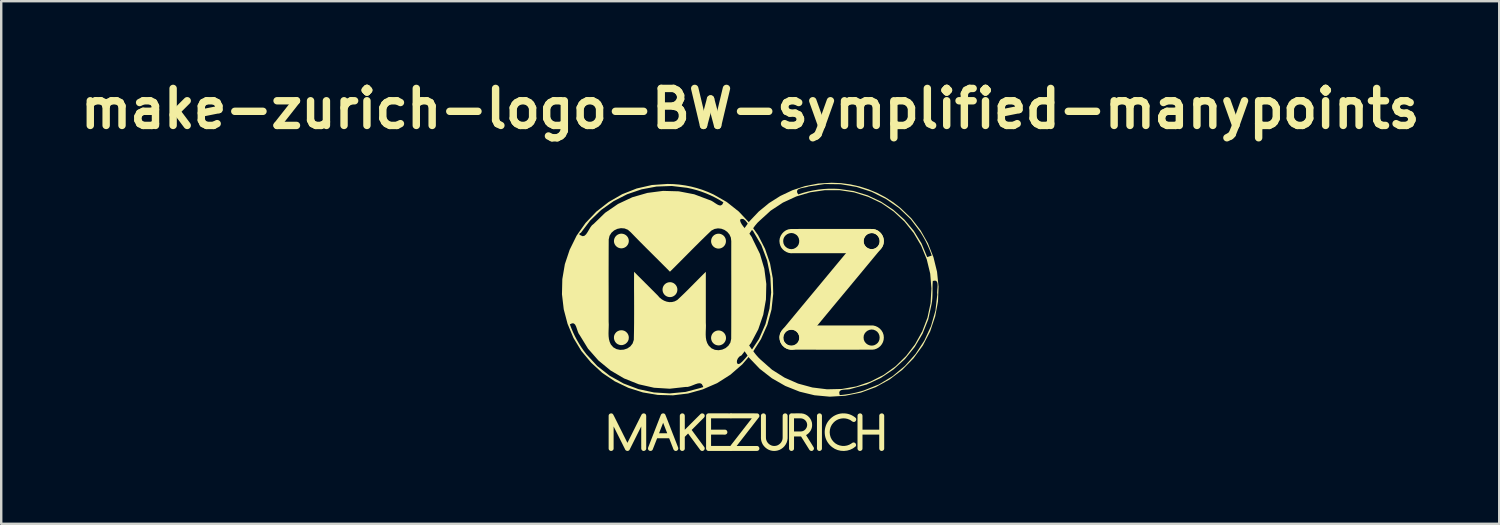
<source format=kicad_pcb>
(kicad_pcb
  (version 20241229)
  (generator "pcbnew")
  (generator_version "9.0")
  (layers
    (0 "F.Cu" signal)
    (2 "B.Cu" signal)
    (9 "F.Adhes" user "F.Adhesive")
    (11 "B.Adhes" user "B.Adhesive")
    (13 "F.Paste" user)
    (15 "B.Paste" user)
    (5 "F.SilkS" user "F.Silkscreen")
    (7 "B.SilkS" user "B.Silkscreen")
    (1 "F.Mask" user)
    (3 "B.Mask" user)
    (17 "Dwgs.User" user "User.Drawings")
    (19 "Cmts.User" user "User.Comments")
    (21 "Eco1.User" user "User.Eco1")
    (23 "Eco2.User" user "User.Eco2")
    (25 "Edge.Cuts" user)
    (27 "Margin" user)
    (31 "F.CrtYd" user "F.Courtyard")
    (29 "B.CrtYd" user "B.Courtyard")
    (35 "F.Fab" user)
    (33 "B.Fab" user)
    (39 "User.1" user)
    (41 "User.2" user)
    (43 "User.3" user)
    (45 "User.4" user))
  (footprint "make-zurich-logo-BW-symplified-manypoints"
    (layer "F.Cu")
    (at 27.846 9.998)
    (property "Reference" "make-zurich-logo-BW-symplified-manypoints" (at 0 -8.572 0) (layer "F.SilkS") (effects (font (size 1.524 1.524) (thickness 0.305))))
    (attr smd)
    (fp_poly (pts (xy -5.001 0.858) (xy -5.008 0.93) (xy -5.033 0.997) (xy -5.074 1.055) (xy -5.126 1.104) (xy -5.188 1.139) (xy -5.256 1.161) (xy -5.327 1.165) (xy -5.398 1.151) (xy -5.465 1.122) (xy -5.521 1.079) (xy -5.565 1.023) (xy -5.596 0.958) (xy -5.612 0.889) (xy -5.612 0.817) (xy -5.596 0.748) (xy -5.561 0.684) (xy -5.514 0.629) (xy -5.455 0.588) (xy -5.389 0.562) (xy -5.318 0.552) (xy -5.247 0.557) (xy -5.179 0.578) (xy -5.118 0.615) (xy -5.067 0.667) (xy -5.052 0.688) (xy -5.039 0.71) (xy -5.027 0.733) (xy -5.018 0.757) (xy -5.01 0.781) (xy -5.005 0.806) (xy -5.002 0.832) (xy -5.001 0.858) (xy -5.001 0.858)) (stroke (width 0) (type solid)) (fill yes) (layer "F.SilkS"))
    (fp_poly (pts (xy -5.088 -3.335) (xy -5.122 -3.364) (xy -5.159 -3.388) (xy -5.2 -3.406) (xy -5.242 -3.418) (xy -5.286 -3.424) (xy -5.33 -3.424) (xy -5.374 -3.417) (xy -5.416 -3.404) (xy -5.457 -3.385) (xy -5.493 -3.361) (xy -5.526 -3.331) (xy -5.555 -3.297) (xy -5.578 -3.259) (xy -5.596 -3.218) (xy -5.607 -3.175) (xy -5.612 -3.131) (xy -5.61 -3.079) (xy -5.597 -3.028) (xy -5.576 -2.981) (xy -5.548 -2.938) (xy -5.512 -2.9) (xy -5.47 -2.868) (xy -5.424 -2.844) (xy -5.374 -2.829) (xy -5.331 -2.822) (xy -5.287 -2.822) (xy -5.243 -2.828) (xy -5.201 -2.841) (xy -5.161 -2.859) (xy -5.124 -2.882) (xy -5.09 -2.911) (xy -5.062 -2.945) (xy -5.039 -2.979) (xy -5.021 -3.017) (xy -5.009 -3.056) (xy -5.002 -3.097) (xy -5.001 -3.139) (xy -5.006 -3.18) (xy -5.016 -3.22) (xy -5.033 -3.258) (xy -5.038 -3.268) (xy -5.044 -3.279) (xy -5.051 -3.289) (xy -5.058 -3.299) (xy -5.065 -3.308) (xy -5.072 -3.317) (xy -5.08 -3.326) (xy -5.088 -3.335) (xy -5.088 -3.335)) (stroke (width 0) (type solid)) (fill yes) (layer "F.SilkS"))
    (fp_poly (pts (xy -3.307 -1.426) (xy -3.352 -1.423) (xy -3.395 -1.413) (xy -3.437 -1.397) (xy -3.476 -1.375) (xy -3.511 -1.347) (xy -3.542 -1.315) (xy -3.568 -1.279) (xy -3.588 -1.239) (xy -3.602 -1.196) (xy -3.61 -1.152) (xy -3.611 -1.107) (xy -3.606 -1.062) (xy -3.595 -1.019) (xy -3.577 -0.978) (xy -3.554 -0.94) (xy -3.525 -0.905) (xy -3.492 -0.876) (xy -3.456 -0.852) (xy -3.417 -0.834) (xy -3.375 -0.821) (xy -3.332 -0.814) (xy -3.288 -0.813) (xy -3.245 -0.819) (xy -3.203 -0.831) (xy -3.163 -0.849) (xy -3.126 -0.872) (xy -3.092 -0.901) (xy -3.063 -0.934) (xy -3.039 -0.971) (xy -3.02 -1.011) (xy -3.008 -1.053) (xy -3.002 -1.097) (xy -3.001 -1.14) (xy -3.007 -1.183) (xy -3.019 -1.224) (xy -3.036 -1.263) (xy -3.059 -1.299) (xy -3.086 -1.332) (xy -3.118 -1.361) (xy -3.153 -1.385) (xy -3.171 -1.395) (xy -3.189 -1.403) (xy -3.208 -1.41) (xy -3.227 -1.416) (xy -3.247 -1.421) (xy -3.267 -1.424) (xy -3.287 -1.426) (xy -3.307 -1.426) (xy -3.307 -1.426)) (stroke (width 0) (type solid)) (fill yes) (layer "F.SilkS"))
    (fp_poly (pts (xy -1.394 -2.825) (xy -1.351 -2.814) (xy -1.307 -2.811) (xy -1.263 -2.814) (xy -1.22 -2.823) (xy -1.179 -2.839) (xy -1.14 -2.86) (xy -1.105 -2.886) (xy -1.074 -2.918) (xy -1.046 -2.955) (xy -1.025 -2.996) (xy -1.01 -3.04) (xy -1.002 -3.085) (xy -1.001 -3.131) (xy -1.006 -3.177) (xy -1.018 -3.222) (xy -1.037 -3.264) (xy -1.049 -3.284) (xy -1.063 -3.304) (xy -1.078 -3.322) (xy -1.095 -3.34) (xy -1.113 -3.355) (xy -1.132 -3.37) (xy -1.152 -3.382) (xy -1.173 -3.393) (xy -1.216 -3.411) (xy -1.262 -3.421) (xy -1.308 -3.424) (xy -1.355 -3.42) (xy -1.4 -3.409) (xy -1.444 -3.391) (xy -1.484 -3.367) (xy -1.519 -3.337) (xy -1.55 -3.303) (xy -1.574 -3.265) (xy -1.593 -3.223) (xy -1.605 -3.18) (xy -1.611 -3.135) (xy -1.611 -3.089) (xy -1.604 -3.045) (xy -1.589 -3.001) (xy -1.575 -2.971) (xy -1.557 -2.942) (xy -1.535 -2.915) (xy -1.512 -2.891) (xy -1.485 -2.87) (xy -1.457 -2.852) (xy -1.426 -2.836) (xy -1.394 -2.825) (xy -1.394 -2.825)) (stroke (width 0) (type solid)) (fill yes) (layer "F.SilkS"))
    (fp_poly (pts (xy -1.305 0.562) (xy -1.35 0.565) (xy -1.394 0.575) (xy -1.437 0.592) (xy -1.476 0.614) (xy -1.512 0.642) (xy -1.543 0.675) (xy -1.569 0.712) (xy -1.589 0.753) (xy -1.603 0.795) (xy -1.611 0.839) (xy -1.612 0.884) (xy -1.606 0.928) (xy -1.594 0.971) (xy -1.577 1.012) (xy -1.554 1.049) (xy -1.525 1.083) (xy -1.492 1.113) (xy -1.455 1.137) (xy -1.415 1.156) (xy -1.373 1.168) (xy -1.329 1.175) (xy -1.286 1.176) (xy -1.242 1.17) (xy -1.2 1.157) (xy -1.158 1.139) (xy -1.12 1.114) (xy -1.086 1.084) (xy -1.057 1.049) (xy -1.033 1.011) (xy -1.015 0.97) (xy -1.003 0.926) (xy -0.998 0.881) (xy -1 0.836) (xy -1.008 0.791) (xy -1.023 0.749) (xy -1.043 0.709) (xy -1.07 0.672) (xy -1.101 0.64) (xy -1.136 0.612) (xy -1.175 0.591) (xy -1.191 0.584) (xy -1.206 0.578) (xy -1.222 0.573) (xy -1.239 0.569) (xy -1.255 0.566) (xy -1.272 0.564) (xy -1.288 0.562) (xy -1.305 0.562) (xy -1.305 0.562)) (stroke (width 0) (type solid)) (fill yes) (layer "F.SilkS"))
    (fp_poly (pts (xy 2.953 5.42) (xy 2.951 5.447) (xy 2.94 5.471) (xy 2.924 5.492) (xy 2.903 5.508) (xy 2.879 5.518) (xy 2.854 5.523) (xy 2.828 5.521) (xy 2.803 5.511) (xy 2.787 5.501) (xy 2.774 5.489) (xy 2.764 5.475) (xy 2.757 5.459) (xy 2.752 5.442) (xy 2.749 5.425) (xy 2.748 5.407) (xy 2.748 5.389) (xy 2.749 5.224) (xy 2.748 5.059) (xy 2.748 4.893) (xy 2.748 4.728) (xy 2.748 4.563) (xy 2.748 4.398) (xy 2.749 4.233) (xy 2.749 4.067) (xy 2.754 4.041) (xy 2.767 4.018) (xy 2.785 3.999) (xy 2.807 3.986) (xy 2.832 3.977) (xy 2.858 3.975) (xy 2.884 3.98) (xy 2.907 3.992) (xy 2.922 4.003) (xy 2.934 4.016) (xy 2.942 4.031) (xy 2.948 4.048) (xy 2.952 4.065) (xy 2.954 4.083) (xy 2.954 4.101) (xy 2.953 4.118) (xy 2.953 4.281) (xy 2.953 4.444) (xy 2.953 4.607) (xy 2.953 4.769) (xy 2.953 4.932) (xy 2.953 5.095) (xy 2.953 5.257) (xy 2.953 5.42) (xy 2.953 5.42) (xy 2.953 5.42) (xy 2.953 5.42) (xy 2.953 5.42) (xy 2.953 5.42) (xy 2.953 5.42) (xy 2.953 5.42)) (stroke (width 0) (type solid)) (fill yes) (layer "F.SilkS"))
    (fp_poly (pts (xy -0.769 3.975) (xy -0.638 3.975) (xy -0.506 3.975) (xy -0.374 3.975) (xy -0.242 3.975) (xy -0.11 3.975) (xy 0.022 3.975) (xy 0.154 3.975) (xy 0.286 3.976) (xy 0.314 3.982) (xy 0.338 3.996) (xy 0.357 4.016) (xy 0.37 4.041) (xy 0.377 4.069) (xy 0.376 4.097) (xy 0.368 4.123) (xy 0.351 4.147) (xy 0.237 4.293) (xy 0.123 4.44) (xy 0.009 4.586) (xy -0.105 4.732) (xy -0.218 4.879) (xy -0.332 5.025) (xy -0.446 5.171) (xy -0.56 5.318) (xy -0.454 5.318) (xy -0.348 5.318) (xy -0.243 5.318) (xy -0.137 5.318) (xy -0.031 5.318) (xy 0.074 5.318) (xy 0.18 5.318) (xy 0.286 5.318) (xy 0.314 5.325) (xy 0.339 5.34) (xy 0.358 5.361) (xy 0.371 5.387) (xy 0.377 5.415) (xy 0.376 5.443) (xy 0.366 5.47) (xy 0.348 5.493) (xy 0.33 5.507) (xy 0.31 5.516) (xy 0.289 5.521) (xy 0.267 5.523) (xy 0.244 5.523) (xy 0.221 5.522) (xy 0.199 5.522) (xy 0.177 5.523) (xy 0.057 5.523) (xy -0.063 5.523) (xy -0.182 5.523) (xy -0.302 5.523) (xy -0.422 5.523) (xy -0.541 5.523) (xy -0.661 5.522) (xy -0.781 5.522) (xy -0.809 5.516) (xy -0.833 5.502) (xy -0.852 5.481) (xy -0.865 5.456) (xy -0.871 5.429) (xy -0.871 5.401) (xy -0.862 5.374) (xy -0.846 5.35) (xy -0.732 5.204) (xy -0.618 5.058) (xy -0.504 4.911) (xy -0.39 4.765) (xy -0.277 4.619) (xy -0.163 4.473) (xy -0.049 4.327) (xy 0.065 4.18) (xy -0.041 4.18) (xy -0.146 4.18) (xy -0.252 4.18) (xy -0.358 4.18) (xy -0.463 4.18) (xy -0.569 4.18) (xy -0.674 4.18) (xy -0.78 4.18) (xy -0.809 4.173) (xy -0.833 4.158) (xy -0.853 4.137) (xy -0.866 4.112) (xy -0.872 4.084) (xy -0.87 4.055) (xy -0.861 4.028) (xy -0.842 4.005) (xy -0.834 3.998) (xy -0.826 3.992) (xy -0.818 3.987) (xy -0.809 3.983) (xy -0.799 3.98) (xy -0.789 3.977) (xy -0.78 3.976) (xy -0.769 3.975) (xy -0.769 3.975)) (stroke (width 0) (type solid)) (fill yes) (layer "F.SilkS"))
    (fp_poly (pts (xy 4.257 5.174) (xy 4.287 5.178) (xy 4.313 5.19) (xy 4.334 5.21) (xy 4.349 5.234) (xy 4.358 5.261) (xy 4.359 5.29) (xy 4.352 5.317) (xy 4.335 5.342) (xy 4.23 5.418) (xy 4.113 5.474) (xy 3.989 5.509) (xy 3.859 5.523) (xy 3.73 5.516) (xy 3.603 5.487) (xy 3.484 5.438) (xy 3.374 5.367) (xy 3.31 5.313) (xy 3.252 5.252) (xy 3.2 5.184) (xy 3.156 5.112) (xy 3.12 5.036) (xy 3.093 4.956) (xy 3.076 4.873) (xy 3.068 4.789) (xy 3.068 4.708) (xy 3.076 4.627) (xy 3.093 4.548) (xy 3.117 4.471) (xy 3.15 4.397) (xy 3.191 4.327) (xy 3.239 4.262) (xy 3.294 4.202) (xy 3.354 4.147) (xy 3.419 4.099) (xy 3.49 4.058) (xy 3.564 4.025) (xy 3.641 4) (xy 3.721 3.983) (xy 3.802 3.975) (xy 3.884 3.976) (xy 3.947 3.982) (xy 4.009 3.993) (xy 4.07 4.009) (xy 4.13 4.031) (xy 4.187 4.057) (xy 4.242 4.088) (xy 4.295 4.123) (xy 4.344 4.163) (xy 4.359 4.188) (xy 4.365 4.216) (xy 4.363 4.244) (xy 4.354 4.271) (xy 4.338 4.295) (xy 4.317 4.314) (xy 4.292 4.326) (xy 4.262 4.329) (xy 4.237 4.324) (xy 4.214 4.314) (xy 4.192 4.302) (xy 4.171 4.287) (xy 4.15 4.271) (xy 4.129 4.256) (xy 4.107 4.243) (xy 4.083 4.233) (xy 4 4.201) (xy 3.913 4.184) (xy 3.824 4.18) (xy 3.735 4.19) (xy 3.649 4.212) (xy 3.568 4.248) (xy 3.493 4.297) (xy 3.428 4.358) (xy 3.36 4.442) (xy 3.311 4.538) (xy 3.282 4.642) (xy 3.272 4.749) (xy 3.282 4.857) (xy 3.311 4.96) (xy 3.36 5.056) (xy 3.428 5.141) (xy 3.503 5.209) (xy 3.59 5.261) (xy 3.684 5.296) (xy 3.784 5.315) (xy 3.885 5.316) (xy 3.985 5.3) (xy 4.08 5.266) (xy 4.168 5.215) (xy 4.178 5.207) (xy 4.188 5.199) (xy 4.198 5.193) (xy 4.209 5.186) (xy 4.22 5.181) (xy 4.232 5.177) (xy 4.244 5.175) (xy 4.257 5.174) (xy 4.257 5.174)) (stroke (width 0) (type solid)) (fill yes) (layer "F.SilkS"))
    (fp_poly (pts (xy 5.355 -3.472) (xy 4.969 -3.448) (xy 5.064 -3.446) (xy 5.151 -3.415) (xy 5.225 -3.36) (xy 5.282 -3.287) (xy 5.319 -3.203) (xy 5.333 -3.112) (xy 5.32 -3.021) (xy 5.277 -2.935) (xy 5.23 -2.877) (xy 5.172 -2.833) (xy 5.105 -2.804) (xy 5.034 -2.789) (xy 4.961 -2.789) (xy 4.89 -2.804) (xy 4.824 -2.836) (xy 4.766 -2.883) (xy 4.706 -2.959) (xy 4.675 -3.046) (xy 4.671 -3.138) (xy 4.691 -3.229) (xy 4.733 -3.312) (xy 4.795 -3.38) (xy 4.874 -3.428) (xy 4.969 -3.448) (xy 5.355 -3.472) (xy 5.268 -3.545) (xy 5.168 -3.592) (xy 5.061 -3.615) (xy 4.95 -3.614) (xy 1.426 0.671) (xy 1.488 0.602) (xy 1.567 0.555) (xy 1.662 0.534) (xy 1.758 0.536) (xy 1.844 0.568) (xy 1.918 0.622) (xy 1.975 0.695) (xy 2.012 0.78) (xy 2.026 0.87) (xy 2.014 0.961) (xy 1.97 1.047) (xy 1.923 1.105) (xy 1.865 1.149) (xy 1.798 1.179) (xy 1.727 1.194) (xy 1.654 1.194) (xy 1.583 1.178) (xy 1.517 1.147) (xy 1.459 1.099) (xy 1.399 1.023) (xy 1.368 0.936) (xy 1.364 0.844) (xy 1.384 0.754) (xy 1.426 0.671) (xy 4.95 -3.614) (xy 4.842 -3.59) (xy 4.742 -3.545) (xy 4.653 -3.478) (xy 4.582 -3.392) (xy 4.17 -2.895) (xy 3.758 -2.399) (xy 3.346 -1.903) (xy 2.934 -1.406) (xy 2.522 -0.91) (xy 2.11 -0.414) (xy 1.698 0.083) (xy 1.287 0.58) (xy 1.227 0.696) (xy 1.204 0.821) (xy 1.215 0.948) (xy 1.256 1.068) (xy 1.324 1.176) (xy 1.416 1.264) (xy 1.527 1.325) (xy 1.656 1.351) (xy 1.737 1.355) (xy 1.813 1.344) (xy 1.885 1.319) (xy 1.953 1.283) (xy 2.016 1.238) (xy 2.074 1.186) (xy 2.127 1.127) (xy 2.174 1.066) (xy 2.58 0.577) (xy 2.986 0.088) (xy 3.391 -0.401) (xy 3.797 -0.889) (xy 4.203 -1.378) (xy 4.609 -1.867) (xy 5.014 -2.356) (xy 5.419 -2.845) (xy 5.461 -2.92) (xy 5.488 -3.001) (xy 5.5 -3.085) (xy 5.499 -3.17) (xy 5.483 -3.254) (xy 5.454 -3.333) (xy 5.411 -3.407) (xy 5.355 -3.472)) (stroke (width 0) (type solid)) (fill yes) (layer "F.SilkS"))
    (fp_poly (pts (xy 5.502 0.854) (xy 5.492 0.75) (xy 5.158 0.563) (xy 5.229 0.612) (xy 5.281 0.678) (xy 5.315 0.755) (xy 5.329 0.838) (xy 5.323 0.923) (xy 5.297 1.003) (xy 5.251 1.073) (xy 5.185 1.129) (xy 5.102 1.171) (xy 5.014 1.186) (xy 4.927 1.177) (xy 4.845 1.146) (xy 4.773 1.095) (xy 4.716 1.028) (xy 4.679 0.947) (xy 4.668 0.854) (xy 4.668 0.854) (xy 4.677 0.767) (xy 4.711 0.689) (xy 4.763 0.623) (xy 4.831 0.571) (xy 4.909 0.536) (xy 4.992 0.522) (xy 5.077 0.53) (xy 5.158 0.563) (xy 5.492 0.75) (xy 5.46 0.652) (xy 5.408 0.564) (xy 5.339 0.487) (xy 1.682 0.522) (xy 1.766 0.53) (xy 1.847 0.563) (xy 1.919 0.612) (xy 1.971 0.678) (xy 2.004 0.755) (xy 2.018 0.838) (xy 2.012 0.923) (xy 1.987 1.003) (xy 1.941 1.073) (xy 1.874 1.129) (xy 1.792 1.171) (xy 1.704 1.186) (xy 1.616 1.177) (xy 1.534 1.146) (xy 1.462 1.095) (xy 1.405 1.028) (xy 1.369 0.947) (xy 1.357 0.854) (xy 1.367 0.767) (xy 1.4 0.689) (xy 1.453 0.623) (xy 1.52 0.571) (xy 1.598 0.536) (xy 1.682 0.522) (xy 5.339 0.487) (xy 5.256 0.425) (xy 5.163 0.381) (xy 5.062 0.356) (xy 4.958 0.355) (xy 4.548 0.355) (xy 4.138 0.355) (xy 3.728 0.355) (xy 3.318 0.355) (xy 2.908 0.355) (xy 2.498 0.355) (xy 2.088 0.355) (xy 1.678 0.355) (xy 1.57 0.371) (xy 1.471 0.411) (xy 1.383 0.472) (xy 1.31 0.55) (xy 1.253 0.641) (xy 1.216 0.741) (xy 1.202 0.847) (xy 1.214 0.955) (xy 1.241 1.045) (xy 1.284 1.127) (xy 1.343 1.199) (xy 1.413 1.259) (xy 1.493 1.306) (xy 1.58 1.338) (xy 1.672 1.355) (xy 1.765 1.353) (xy 2.173 1.353) (xy 2.581 1.353) (xy 2.989 1.354) (xy 3.397 1.354) (xy 3.804 1.354) (xy 4.212 1.354) (xy 4.62 1.353) (xy 5.028 1.353) (xy 5.123 1.34) (xy 5.212 1.308) (xy 5.293 1.26) (xy 5.364 1.198) (xy 5.422 1.124) (xy 5.466 1.04) (xy 5.493 0.95) (xy 5.502 0.854) (xy 5.502 0.854)) (stroke (width 0) (type solid)) (fill yes) (layer "F.SilkS"))
    (fp_poly (pts (xy 5.502 -3.119) (xy 5.492 -3.224) (xy 5.158 -3.411) (xy 5.229 -3.362) (xy 5.281 -3.296) (xy 5.315 -3.219) (xy 5.329 -3.135) (xy 5.323 -3.051) (xy 5.297 -2.971) (xy 5.251 -2.901) (xy 5.185 -2.845) (xy 5.102 -2.802) (xy 5.015 -2.787) (xy 4.927 -2.797) (xy 4.845 -2.828) (xy 4.773 -2.879) (xy 4.716 -2.946) (xy 4.679 -3.027) (xy 4.668 -3.119) (xy 4.677 -3.206) (xy 4.711 -3.284) (xy 4.763 -3.351) (xy 4.831 -3.403) (xy 4.909 -3.437) (xy 4.992 -3.452) (xy 5.077 -3.444) (xy 5.158 -3.411) (xy 5.492 -3.224) (xy 5.46 -3.322) (xy 5.408 -3.41) (xy 5.339 -3.487) (xy 1.682 -3.452) (xy 1.766 -3.444) (xy 1.847 -3.411) (xy 1.919 -3.362) (xy 1.971 -3.296) (xy 2.004 -3.219) (xy 2.018 -3.135) (xy 2.012 -3.051) (xy 1.987 -2.971) (xy 1.941 -2.901) (xy 1.874 -2.845) (xy 1.792 -2.802) (xy 1.704 -2.787) (xy 1.617 -2.797) (xy 1.534 -2.828) (xy 1.462 -2.879) (xy 1.405 -2.946) (xy 1.369 -3.027) (xy 1.357 -3.119) (xy 1.357 -3.119) (xy 1.367 -3.206) (xy 1.4 -3.285) (xy 1.453 -3.351) (xy 1.52 -3.403) (xy 1.598 -3.437) (xy 1.682 -3.452) (xy 5.339 -3.487) (xy 5.256 -3.549) (xy 5.163 -3.593) (xy 5.062 -3.617) (xy 4.958 -3.619) (xy 4.548 -3.619) (xy 4.138 -3.619) (xy 3.728 -3.619) (xy 3.318 -3.619) (xy 2.908 -3.619) (xy 2.498 -3.619) (xy 2.088 -3.619) (xy 1.678 -3.618) (xy 1.57 -3.603) (xy 1.471 -3.563) (xy 1.383 -3.502) (xy 1.31 -3.424) (xy 1.253 -3.333) (xy 1.216 -3.233) (xy 1.202 -3.127) (xy 1.214 -3.019) (xy 1.241 -2.928) (xy 1.284 -2.846) (xy 1.343 -2.775) (xy 1.413 -2.715) (xy 1.493 -2.668) (xy 1.58 -2.635) (xy 1.672 -2.619) (xy 1.765 -2.62) (xy 2.173 -2.62) (xy 2.581 -2.62) (xy 2.989 -2.62) (xy 3.397 -2.62) (xy 3.804 -2.62) (xy 4.212 -2.62) (xy 4.62 -2.62) (xy 5.028 -2.621) (xy 5.123 -2.634) (xy 5.212 -2.666) (xy 5.293 -2.714) (xy 5.364 -2.776) (xy 5.422 -2.85) (xy 5.466 -2.933) (xy 5.493 -3.024) (xy 5.502 -3.119) (xy 5.502 -3.119) (xy 5.502 -3.119) (xy 5.502 -3.119)) (stroke (width 0) (type solid)) (fill yes) (layer "F.SilkS"))
    (fp_poly (pts (xy 0.646 4.078) (xy 0.646 4.193) (xy 0.646 4.308) (xy 0.646 4.423) (xy 0.646 4.538) (xy 0.646 4.653) (xy 0.646 4.769) (xy 0.646 4.884) (xy 0.647 4.999) (xy 0.658 5.064) (xy 0.681 5.124) (xy 0.716 5.18) (xy 0.76 5.228) (xy 0.812 5.267) (xy 0.87 5.296) (xy 0.933 5.314) (xy 0.999 5.318) (xy 1.066 5.31) (xy 1.129 5.289) (xy 1.187 5.255) (xy 1.238 5.211) (xy 1.28 5.159) (xy 1.311 5.1) (xy 1.33 5.036) (xy 1.335 4.969) (xy 1.335 4.856) (xy 1.335 4.743) (xy 1.335 4.631) (xy 1.335 4.518) (xy 1.335 4.405) (xy 1.335 4.293) (xy 1.335 4.18) (xy 1.336 4.067) (xy 1.342 4.038) (xy 1.357 4.014) (xy 1.378 3.995) (xy 1.404 3.982) (xy 1.432 3.976) (xy 1.46 3.977) (xy 1.487 3.987) (xy 1.51 4.005) (xy 1.525 4.023) (xy 1.534 4.043) (xy 1.539 4.064) (xy 1.541 4.086) (xy 1.541 4.109) (xy 1.54 4.132) (xy 1.54 4.155) (xy 1.54 4.177) (xy 1.54 4.281) (xy 1.54 4.385) (xy 1.54 4.489) (xy 1.54 4.593) (xy 1.54 4.697) (xy 1.54 4.802) (xy 1.54 4.906) (xy 1.539 5.01) (xy 1.526 5.096) (xy 1.5 5.179) (xy 1.46 5.256) (xy 1.409 5.327) (xy 1.348 5.389) (xy 1.278 5.44) (xy 1.201 5.481) (xy 1.118 5.507) (xy 1.045 5.52) (xy 0.972 5.523) (xy 0.898 5.516) (xy 0.827 5.499) (xy 0.758 5.473) (xy 0.694 5.437) (xy 0.635 5.393) (xy 0.582 5.341) (xy 0.546 5.298) (xy 0.515 5.252) (xy 0.49 5.203) (xy 0.469 5.151) (xy 0.454 5.097) (xy 0.444 5.042) (xy 0.44 4.987) (xy 0.441 4.931) (xy 0.441 4.823) (xy 0.441 4.715) (xy 0.441 4.607) (xy 0.44 4.499) (xy 0.44 4.391) (xy 0.44 4.283) (xy 0.441 4.175) (xy 0.441 4.067) (xy 0.447 4.038) (xy 0.462 4.014) (xy 0.483 3.995) (xy 0.509 3.982) (xy 0.537 3.976) (xy 0.565 3.977) (xy 0.592 3.987) (xy 0.615 4.005) (xy 0.622 4.013) (xy 0.628 4.021) (xy 0.634 4.029) (xy 0.638 4.038) (xy 0.642 4.048) (xy 0.644 4.058) (xy 0.646 4.068) (xy 0.646 4.078) (xy 0.646 4.078) (xy 0.646 4.078) (xy 0.646 4.078) (xy 0.646 4.078) (xy 0.646 4.078) (xy 0.646 4.078) (xy 0.646 4.078)) (stroke (width 0) (type solid)) (fill yes) (layer "F.SilkS"))
    (fp_poly (pts (xy -4.201 5.374) (xy -3.587 4.361) (xy -3.608 4.416) (xy -3.629 4.47) (xy -3.65 4.524) (xy -3.671 4.578) (xy -3.692 4.633) (xy -3.713 4.687) (xy -3.734 4.741) (xy -3.755 4.795) (xy -3.713 4.795) (xy -3.671 4.795) (xy -3.629 4.795) (xy -3.587 4.795) (xy -3.545 4.795) (xy -3.503 4.795) (xy -3.461 4.795) (xy -3.418 4.795) (xy -3.439 4.741) (xy -3.461 4.687) (xy -3.482 4.633) (xy -3.503 4.578) (xy -3.524 4.524) (xy -3.545 4.47) (xy -3.566 4.416) (xy -3.587 4.361) (xy -4.201 5.374) (xy -4.136 5.207) (xy -4.071 5.039) (xy -4.006 4.872) (xy -3.941 4.705) (xy -3.876 4.538) (xy -3.811 4.371) (xy -3.746 4.204) (xy -3.68 4.037) (xy -3.665 4.011) (xy -3.644 3.993) (xy -3.619 3.981) (xy -3.591 3.976) (xy -3.562 3.978) (xy -3.536 3.988) (xy -3.513 4.004) (xy -3.497 4.029) (xy -3.466 4.105) (xy -3.436 4.182) (xy -3.406 4.258) (xy -3.376 4.335) (xy -3.346 4.412) (xy -3.317 4.488) (xy -3.287 4.565) (xy -3.257 4.642) (xy -3.221 4.735) (xy -3.185 4.828) (xy -3.148 4.922) (xy -3.112 5.015) (xy -3.076 5.108) (xy -3.039 5.202) (xy -3.003 5.295) (xy -2.967 5.389) (xy -2.962 5.417) (xy -2.965 5.444) (xy -2.976 5.47) (xy -2.993 5.492) (xy -3.014 5.509) (xy -3.039 5.52) (xy -3.067 5.524) (xy -3.095 5.519) (xy -3.118 5.508) (xy -3.136 5.493) (xy -3.151 5.475) (xy -3.162 5.454) (xy -3.172 5.432) (xy -3.18 5.408) (xy -3.188 5.386) (xy -3.197 5.364) (xy -3.215 5.318) (xy -3.233 5.273) (xy -3.25 5.227) (xy -3.268 5.182) (xy -3.286 5.137) (xy -3.303 5.091) (xy -3.321 5.046) (xy -3.339 5.001) (xy -3.401 5.001) (xy -3.463 5.001) (xy -3.525 5.001) (xy -3.586 5.001) (xy -3.648 5.001) (xy -3.71 5.001) (xy -3.772 5.001) (xy -3.834 5.001) (xy -3.857 5.059) (xy -3.88 5.118) (xy -3.903 5.176) (xy -3.926 5.235) (xy -3.949 5.293) (xy -3.972 5.352) (xy -3.995 5.41) (xy -4.018 5.469) (xy -4.035 5.492) (xy -4.056 5.509) (xy -4.082 5.519) (xy -4.109 5.522) (xy -4.137 5.519) (xy -4.162 5.509) (xy -4.184 5.492) (xy -4.2 5.469) (xy -4.205 5.457) (xy -4.209 5.446) (xy -4.211 5.434) (xy -4.211 5.421) (xy -4.211 5.409) (xy -4.209 5.397) (xy -4.205 5.385) (xy -4.201 5.374) (xy -4.201 5.374) (xy -4.201 5.374) (xy -4.201 5.374)) (stroke (width 0) (type solid)) (fill yes) (layer "F.SilkS"))
    (fp_poly (pts (xy 5.517 5.42) (xy 5.514 5.45) (xy 5.502 5.476) (xy 5.483 5.497) (xy 5.459 5.512) (xy 5.431 5.521) (xy 5.403 5.523) (xy 5.375 5.516) (xy 5.35 5.5) (xy 5.333 5.482) (xy 5.322 5.463) (xy 5.315 5.441) (xy 5.313 5.419) (xy 5.312 5.395) (xy 5.312 5.372) (xy 5.313 5.348) (xy 5.312 5.325) (xy 5.312 5.266) (xy 5.312 5.207) (xy 5.312 5.148) (xy 5.312 5.088) (xy 5.312 5.029) (xy 5.312 4.97) (xy 5.312 4.911) (xy 5.312 4.851) (xy 5.226 4.851) (xy 5.14 4.851) (xy 5.054 4.851) (xy 4.968 4.851) (xy 4.881 4.851) (xy 4.795 4.851) (xy 4.709 4.851) (xy 4.623 4.851) (xy 4.623 4.924) (xy 4.623 4.996) (xy 4.623 5.069) (xy 4.623 5.141) (xy 4.623 5.213) (xy 4.623 5.286) (xy 4.623 5.358) (xy 4.622 5.431) (xy 4.617 5.458) (xy 4.603 5.482) (xy 4.583 5.501) (xy 4.56 5.514) (xy 4.533 5.522) (xy 4.506 5.522) (xy 4.479 5.515) (xy 4.456 5.5) (xy 4.439 5.482) (xy 4.427 5.463) (xy 4.421 5.441) (xy 4.418 5.419) (xy 4.418 5.395) (xy 4.418 5.372) (xy 4.419 5.348) (xy 4.418 5.325) (xy 4.418 5.168) (xy 4.418 5.011) (xy 4.418 4.854) (xy 4.418 4.696) (xy 4.418 4.539) (xy 4.418 4.382) (xy 4.418 4.225) (xy 4.419 4.067) (xy 4.425 4.038) (xy 4.439 4.014) (xy 4.461 3.995) (xy 4.486 3.982) (xy 4.514 3.976) (xy 4.543 3.977) (xy 4.57 3.987) (xy 4.593 4.005) (xy 4.607 4.023) (xy 4.616 4.043) (xy 4.621 4.064) (xy 4.623 4.087) (xy 4.623 4.109) (xy 4.623 4.132) (xy 4.622 4.155) (xy 4.623 4.177) (xy 4.623 4.235) (xy 4.623 4.294) (xy 4.623 4.353) (xy 4.623 4.411) (xy 4.623 4.47) (xy 4.623 4.529) (xy 4.623 4.588) (xy 4.623 4.646) (xy 4.709 4.646) (xy 4.795 4.646) (xy 4.881 4.646) (xy 4.968 4.646) (xy 5.054 4.646) (xy 5.14 4.646) (xy 5.226 4.646) (xy 5.312 4.646) (xy 5.313 4.574) (xy 5.312 4.502) (xy 5.312 4.429) (xy 5.312 4.357) (xy 5.312 4.285) (xy 5.312 4.212) (xy 5.313 4.14) (xy 5.313 4.067) (xy 5.319 4.038) (xy 5.334 4.014) (xy 5.355 3.995) (xy 5.381 3.982) (xy 5.409 3.976) (xy 5.437 3.977) (xy 5.464 3.987) (xy 5.487 4.005) (xy 5.502 4.023) (xy 5.511 4.043) (xy 5.516 4.064) (xy 5.518 4.086) (xy 5.518 4.109) (xy 5.517 4.132) (xy 5.517 4.155) (xy 5.517 4.177) (xy 5.517 4.332) (xy 5.517 4.487) (xy 5.517 4.643) (xy 5.517 4.798) (xy 5.517 4.954) (xy 5.517 5.109) (xy 5.517 5.265) (xy 5.517 5.42) (xy 5.517 5.42) (xy 5.517 5.42)) (stroke (width 0) (type solid)) (fill yes) (layer "F.SilkS"))
    (fp_poly (pts (xy -2.9 4.078) (xy -2.897 4.05) (xy -2.886 4.025) (xy -2.868 4.004) (xy -2.846 3.988) (xy -2.82 3.978) (xy -2.793 3.975) (xy -2.766 3.979) (xy -2.741 3.992) (xy -2.722 4.007) (xy -2.71 4.024) (xy -2.702 4.043) (xy -2.697 4.064) (xy -2.695 4.086) (xy -2.695 4.108) (xy -2.695 4.131) (xy -2.695 4.152) (xy -2.695 4.214) (xy -2.695 4.277) (xy -2.695 4.339) (xy -2.695 4.401) (xy -2.695 4.463) (xy -2.695 4.526) (xy -2.695 4.588) (xy -2.695 4.65) (xy -2.614 4.569) (xy -2.532 4.488) (xy -2.451 4.406) (xy -2.37 4.325) (xy -2.288 4.243) (xy -2.207 4.162) (xy -2.125 4.081) (xy -2.044 4) (xy -2.02 3.984) (xy -1.994 3.976) (xy -1.966 3.976) (xy -1.939 3.983) (xy -1.915 3.996) (xy -1.895 4.015) (xy -1.881 4.039) (xy -1.875 4.067) (xy -1.876 4.091) (xy -1.881 4.113) (xy -1.892 4.132) (xy -1.905 4.15) (xy -1.921 4.167) (xy -1.938 4.184) (xy -1.955 4.2) (xy -1.971 4.216) (xy -2.026 4.271) (xy -2.081 4.326) (xy -2.136 4.382) (xy -2.191 4.437) (xy -2.246 4.492) (xy -2.301 4.547) (xy -2.357 4.603) (xy -2.412 4.658) (xy -2.347 4.746) (xy -2.281 4.835) (xy -2.216 4.923) (xy -2.151 5.012) (xy -2.085 5.1) (xy -2.02 5.189) (xy -1.955 5.277) (xy -1.89 5.366) (xy -1.878 5.393) (xy -1.875 5.421) (xy -1.88 5.449) (xy -1.892 5.475) (xy -1.91 5.497) (xy -1.933 5.513) (xy -1.96 5.522) (xy -1.989 5.522) (xy -2.012 5.517) (xy -2.031 5.508) (xy -2.047 5.495) (xy -2.062 5.479) (xy -2.076 5.461) (xy -2.088 5.443) (xy -2.101 5.424) (xy -2.115 5.407) (xy -2.17 5.332) (xy -2.226 5.257) (xy -2.281 5.182) (xy -2.337 5.106) (xy -2.392 5.031) (xy -2.448 4.956) (xy -2.503 4.88) (xy -2.559 4.805) (xy -2.576 4.822) (xy -2.593 4.839) (xy -2.61 4.856) (xy -2.627 4.873) (xy -2.644 4.89) (xy -2.661 4.907) (xy -2.678 4.925) (xy -2.695 4.942) (xy -2.695 5.003) (xy -2.695 5.064) (xy -2.695 5.125) (xy -2.695 5.186) (xy -2.695 5.247) (xy -2.695 5.308) (xy -2.695 5.369) (xy -2.695 5.431) (xy -2.702 5.46) (xy -2.716 5.484) (xy -2.738 5.503) (xy -2.763 5.516) (xy -2.791 5.522) (xy -2.82 5.521) (xy -2.847 5.511) (xy -2.87 5.493) (xy -2.884 5.475) (xy -2.893 5.455) (xy -2.898 5.434) (xy -2.9 5.413) (xy -2.901 5.39) (xy -2.9 5.368) (xy -2.899 5.345) (xy -2.9 5.324) (xy -2.9 5.168) (xy -2.9 5.012) (xy -2.9 4.856) (xy -2.9 4.701) (xy -2.9 4.545) (xy -2.9 4.389) (xy -2.9 4.234) (xy -2.9 4.078) (xy -2.9 4.078) (xy -2.9 4.078) (xy -2.9 4.078) (xy -2.9 4.078) (xy -2.9 4.078) (xy -2.9 4.078) (xy -2.9 4.078)) (stroke (width 0) (type solid)) (fill yes) (layer "F.SilkS"))
    (fp_poly (pts (xy -5.831 5.42) (xy -5.831 5.251) (xy -5.831 5.082) (xy -5.831 4.913) (xy -5.831 4.744) (xy -5.831 4.575) (xy -5.831 4.405) (xy -5.831 4.236) (xy -5.831 4.067) (xy -5.824 4.036) (xy -5.807 4.01) (xy -5.784 3.991) (xy -5.755 3.98) (xy -5.725 3.975) (xy -5.695 3.98) (xy -5.668 3.994) (xy -5.646 4.018) (xy -5.607 4.092) (xy -5.569 4.167) (xy -5.532 4.242) (xy -5.494 4.317) (xy -5.457 4.392) (xy -5.419 4.467) (xy -5.382 4.543) (xy -5.344 4.618) (xy -5.308 4.689) (xy -5.272 4.761) (xy -5.237 4.832) (xy -5.201 4.904) (xy -5.165 4.975) (xy -5.129 5.047) (xy -5.093 5.119) (xy -5.057 5.19) (xy -4.985 5.045) (xy -4.912 4.9) (xy -4.84 4.755) (xy -4.767 4.61) (xy -4.695 4.465) (xy -4.622 4.32) (xy -4.55 4.175) (xy -4.477 4.03) (xy -4.46 4.006) (xy -4.437 3.989) (xy -4.41 3.979) (xy -4.381 3.976) (xy -4.353 3.981) (xy -4.327 3.993) (xy -4.306 4.012) (xy -4.291 4.038) (xy -4.287 4.062) (xy -4.284 4.086) (xy -4.283 4.111) (xy -4.283 4.136) (xy -4.284 4.161) (xy -4.284 4.186) (xy -4.284 4.211) (xy -4.284 4.235) (xy -4.284 4.385) (xy -4.284 4.534) (xy -4.284 4.684) (xy -4.284 4.833) (xy -4.284 4.982) (xy -4.284 5.132) (xy -4.284 5.281) (xy -4.284 5.431) (xy -4.29 5.46) (xy -4.305 5.484) (xy -4.326 5.503) (xy -4.352 5.516) (xy -4.38 5.522) (xy -4.408 5.521) (xy -4.435 5.511) (xy -4.459 5.493) (xy -4.473 5.474) (xy -4.482 5.453) (xy -4.487 5.431) (xy -4.489 5.408) (xy -4.489 5.385) (xy -4.488 5.361) (xy -4.488 5.338) (xy -4.489 5.315) (xy -4.489 5.215) (xy -4.489 5.115) (xy -4.489 5.014) (xy -4.489 4.914) (xy -4.489 4.814) (xy -4.489 4.714) (xy -4.489 4.613) (xy -4.489 4.513) (xy -4.549 4.633) (xy -4.609 4.753) (xy -4.669 4.873) (xy -4.728 4.992) (xy -4.788 5.112) (xy -4.848 5.232) (xy -4.908 5.352) (xy -4.968 5.472) (xy -4.987 5.497) (xy -5.011 5.513) (xy -5.039 5.521) (xy -5.069 5.521) (xy -5.098 5.514) (xy -5.124 5.499) (xy -5.144 5.478) (xy -5.157 5.449) (xy -5.216 5.332) (xy -5.274 5.215) (xy -5.333 5.098) (xy -5.391 4.981) (xy -5.45 4.864) (xy -5.509 4.747) (xy -5.567 4.63) (xy -5.626 4.513) (xy -5.626 4.628) (xy -5.626 4.743) (xy -5.626 4.857) (xy -5.626 4.972) (xy -5.626 5.087) (xy -5.626 5.201) (xy -5.626 5.316) (xy -5.626 5.431) (xy -5.633 5.46) (xy -5.647 5.484) (xy -5.668 5.503) (xy -5.694 5.516) (xy -5.722 5.522) (xy -5.751 5.521) (xy -5.777 5.511) (xy -5.801 5.493) (xy -5.808 5.486) (xy -5.814 5.478) (xy -5.819 5.469) (xy -5.824 5.46) (xy -5.827 5.45) (xy -5.829 5.44) (xy -5.831 5.43) (xy -5.831 5.42) (xy -5.831 5.42) (xy -5.831 5.42) (xy -5.831 5.42) (xy -5.831 5.42) (xy -5.831 5.42) (xy -5.831 5.42) (xy -5.831 5.42)) (stroke (width 0) (type solid)) (fill yes) (layer "F.SilkS"))
    (fp_poly (pts (xy -0.821 5.318) (xy -0.791 5.321) (xy -0.765 5.333) (xy -0.744 5.352) (xy -0.729 5.376) (xy -0.72 5.404) (xy -0.718 5.432) (xy -0.725 5.46) (xy -0.741 5.485) (xy -0.758 5.502) (xy -0.778 5.513) (xy -0.799 5.52) (xy -0.822 5.523) (xy -0.846 5.523) (xy -0.869 5.523) (xy -0.893 5.522) (xy -0.916 5.523) (xy -1.017 5.523) (xy -1.118 5.523) (xy -1.22 5.523) (xy -1.321 5.523) (xy -1.422 5.523) (xy -1.524 5.523) (xy -1.625 5.522) (xy -1.726 5.522) (xy -1.748 5.518) (xy -1.768 5.509) (xy -1.785 5.496) (xy -1.798 5.48) (xy -1.809 5.461) (xy -1.816 5.441) (xy -1.819 5.419) (xy -1.818 5.397) (xy -1.818 5.231) (xy -1.818 5.065) (xy -1.818 4.899) (xy -1.818 4.732) (xy -1.818 4.566) (xy -1.818 4.4) (xy -1.818 4.234) (xy -1.817 4.067) (xy -1.813 4.045) (xy -1.805 4.025) (xy -1.792 4.009) (xy -1.775 3.995) (xy -1.757 3.984) (xy -1.736 3.977) (xy -1.714 3.974) (xy -1.692 3.975) (xy -1.582 3.975) (xy -1.472 3.975) (xy -1.362 3.975) (xy -1.251 3.975) (xy -1.141 3.975) (xy -1.031 3.975) (xy -0.92 3.975) (xy -0.81 3.976) (xy -0.781 3.982) (xy -0.757 3.997) (xy -0.738 4.018) (xy -0.725 4.044) (xy -0.719 4.072) (xy -0.72 4.1) (xy -0.73 4.127) (xy -0.748 4.15) (xy -0.766 4.165) (xy -0.786 4.174) (xy -0.807 4.179) (xy -0.829 4.181) (xy -0.852 4.181) (xy -0.875 4.18) (xy -0.897 4.18) (xy -0.919 4.18) (xy -1.006 4.18) (xy -1.093 4.18) (xy -1.179 4.18) (xy -1.266 4.18) (xy -1.353 4.18) (xy -1.439 4.18) (xy -1.526 4.18) (xy -1.613 4.18) (xy -1.613 4.239) (xy -1.613 4.297) (xy -1.613 4.355) (xy -1.613 4.413) (xy -1.613 4.472) (xy -1.613 4.53) (xy -1.613 4.588) (xy -1.613 4.646) (xy -1.54 4.646) (xy -1.468 4.646) (xy -1.395 4.646) (xy -1.323 4.646) (xy -1.251 4.646) (xy -1.178 4.646) (xy -1.106 4.647) (xy -1.034 4.647) (xy -1.004 4.653) (xy -0.98 4.668) (xy -0.961 4.689) (xy -0.948 4.715) (xy -0.942 4.743) (xy -0.943 4.771) (xy -0.953 4.798) (xy -0.971 4.822) (xy -0.99 4.836) (xy -1.009 4.845) (xy -1.031 4.85) (xy -1.053 4.852) (xy -1.075 4.852) (xy -1.098 4.851) (xy -1.121 4.85) (xy -1.143 4.851) (xy -1.201 4.851) (xy -1.26 4.851) (xy -1.319 4.851) (xy -1.378 4.851) (xy -1.436 4.851) (xy -1.495 4.851) (xy -1.554 4.851) (xy -1.613 4.851) (xy -1.613 4.909) (xy -1.613 4.968) (xy -1.613 5.026) (xy -1.613 5.084) (xy -1.613 5.143) (xy -1.613 5.201) (xy -1.613 5.259) (xy -1.613 5.317) (xy -1.514 5.317) (xy -1.415 5.317) (xy -1.316 5.317) (xy -1.217 5.317) (xy -1.118 5.317) (xy -1.019 5.317) (xy -0.92 5.317) (xy -0.821 5.318) (xy -0.821 5.318) (xy -0.821 5.318) (xy -0.821 5.318) (xy -0.821 5.318) (xy -0.821 5.318) (xy -0.821 5.318) (xy -0.821 5.318) (xy -0.821 5.318)) (stroke (width 0) (type solid)) (fill yes) (layer "F.SilkS"))
    (fp_poly (pts (xy 1.598 5.42) (xy 1.803 4.18) (xy 1.803 4.248) (xy 1.803 4.315) (xy 1.803 4.383) (xy 1.803 4.451) (xy 1.803 4.518) (xy 1.803 4.586) (xy 1.803 4.653) (xy 1.803 4.721) (xy 1.842 4.721) (xy 1.881 4.721) (xy 1.92 4.721) (xy 1.959 4.721) (xy 1.998 4.721) (xy 2.037 4.721) (xy 2.076 4.72) (xy 2.115 4.718) (xy 2.172 4.704) (xy 2.223 4.677) (xy 2.267 4.639) (xy 2.302 4.593) (xy 2.328 4.542) (xy 2.342 4.486) (xy 2.344 4.428) (xy 2.332 4.371) (xy 2.315 4.328) (xy 2.29 4.289) (xy 2.259 4.255) (xy 2.223 4.226) (xy 2.183 4.204) (xy 2.14 4.189) (xy 2.094 4.181) (xy 2.048 4.181) (xy 2.018 4.181) (xy 1.987 4.181) (xy 1.956 4.181) (xy 1.926 4.181) (xy 1.895 4.181) (xy 1.864 4.181) (xy 1.834 4.18) (xy 1.803 4.18) (xy 1.803 4.18) (xy 1.803 4.18) (xy 1.598 5.42) (xy 1.598 5.251) (xy 1.598 5.082) (xy 1.598 4.913) (xy 1.598 4.744) (xy 1.598 4.575) (xy 1.598 4.405) (xy 1.599 4.236) (xy 1.599 4.067) (xy 1.603 4.045) (xy 1.612 4.026) (xy 1.624 4.009) (xy 1.64 3.995) (xy 1.659 3.984) (xy 1.68 3.977) (xy 1.701 3.974) (xy 1.723 3.975) (xy 1.773 3.976) (xy 1.823 3.976) (xy 1.873 3.975) (xy 1.923 3.975) (xy 1.973 3.975) (xy 2.023 3.975) (xy 2.072 3.976) (xy 2.122 3.978) (xy 2.208 3.994) (xy 2.289 4.027) (xy 2.362 4.074) (xy 2.425 4.133) (xy 2.478 4.203) (xy 2.517 4.28) (xy 2.542 4.364) (xy 2.549 4.451) (xy 2.545 4.515) (xy 2.533 4.578) (xy 2.511 4.638) (xy 2.482 4.695) (xy 2.445 4.747) (xy 2.402 4.795) (xy 2.353 4.836) (xy 2.299 4.87) (xy 2.338 4.933) (xy 2.378 4.997) (xy 2.417 5.06) (xy 2.457 5.123) (xy 2.497 5.187) (xy 2.536 5.25) (xy 2.575 5.314) (xy 2.614 5.378) (xy 2.623 5.404) (xy 2.624 5.432) (xy 2.617 5.458) (xy 2.603 5.481) (xy 2.585 5.501) (xy 2.562 5.515) (xy 2.536 5.523) (xy 2.508 5.522) (xy 2.484 5.515) (xy 2.464 5.504) (xy 2.447 5.489) (xy 2.433 5.471) (xy 2.419 5.451) (xy 2.407 5.43) (xy 2.395 5.41) (xy 2.382 5.39) (xy 2.346 5.332) (xy 2.31 5.274) (xy 2.273 5.216) (xy 2.237 5.158) (xy 2.201 5.1) (xy 2.165 5.042) (xy 2.128 4.984) (xy 2.092 4.926) (xy 2.056 4.926) (xy 2.02 4.926) (xy 1.984 4.926) (xy 1.948 4.926) (xy 1.912 4.926) (xy 1.876 4.926) (xy 1.84 4.926) (xy 1.804 4.926) (xy 1.804 4.989) (xy 1.804 5.052) (xy 1.804 5.115) (xy 1.804 5.178) (xy 1.804 5.241) (xy 1.804 5.304) (xy 1.803 5.367) (xy 1.803 5.43) (xy 1.797 5.458) (xy 1.784 5.482) (xy 1.764 5.501) (xy 1.74 5.514) (xy 1.714 5.521) (xy 1.687 5.522) (xy 1.66 5.515) (xy 1.636 5.5) (xy 1.628 5.492) (xy 1.62 5.483) (xy 1.614 5.474) (xy 1.608 5.464) (xy 1.604 5.454) (xy 1.601 5.443) (xy 1.599 5.432) (xy 1.598 5.42) (xy 1.598 5.42)) (stroke (width 0) (type solid)) (fill yes) (layer "F.SilkS"))
    (fp_poly (pts (xy 3.353 -5.522) (xy 2.412 -5.371) (xy 3.067 -5.469) (xy 3.726 -5.46) (xy 4.376 -5.35) (xy 5.003 -5.146) (xy 5.594 -4.851) (xy 6.134 -4.473) (xy 6.61 -4.017) (xy 7.008 -3.488) (xy 7.079 -3.374) (xy 7.147 -3.258) (xy 7.211 -3.14) (xy 7.271 -3.02) (xy 7.327 -2.898) (xy 7.38 -2.775) (xy 7.429 -2.65) (xy 7.474 -2.524) (xy 7.451 -2.516) (xy 7.428 -2.508) (xy 7.405 -2.5) (xy 7.381 -2.492) (xy 7.358 -2.484) (xy 7.335 -2.476) (xy 7.312 -2.468) (xy 7.288 -2.46) (xy 7.054 -3.024) (xy 6.736 -3.542) (xy 6.345 -4.007) (xy 5.89 -4.411) (xy 5.383 -4.746) (xy 4.833 -5.006) (xy 4.251 -5.183) (xy 3.648 -5.268) (xy 3.435 -5.277) (xy 3.223 -5.276) (xy 3.01 -5.263) (xy 2.799 -5.24) (xy 2.589 -5.206) (xy 2.381 -5.162) (xy 2.176 -5.107) (xy 1.974 -5.041) (xy 1.927 -5.134) (xy 1.931 -5.202) (xy 1.976 -5.251) (xy 2.05 -5.284) (xy 2.142 -5.308) (xy 2.24 -5.327) (xy 2.334 -5.346) (xy 2.412 -5.371) (xy 3.353 -5.522) (xy 2.802 -5.49) (xy 2.261 -5.386) (xy 1.738 -5.214) (xy 1.24 -4.979) (xy 0.775 -4.685) (xy 0.349 -4.335) (xy -0.03 -3.936) (xy -0.355 -3.49) (xy -0.295 -3.494) (xy -0.26 -3.474) (xy -0.243 -3.435) (xy -0.24 -3.383) (xy -0.244 -3.323) (xy -0.251 -3.261) (xy -0.253 -3.203) (xy -0.247 -3.153) (xy -0.198 -3.199) (xy -0.135 -3.281) (xy -0.06 -3.388) (xy 0.023 -3.511) (xy 0.113 -3.64) (xy 0.206 -3.765) (xy 0.3 -3.876) (xy 0.393 -3.964) (xy 0.842 -4.373) (xy 1.347 -4.705) (xy 1.897 -4.958) (xy 2.477 -5.13) (xy 3.076 -5.216) (xy 3.681 -5.216) (xy 4.279 -5.125) (xy 4.858 -4.942) (xy 5.407 -4.68) (xy 5.907 -4.337) (xy 6.351 -3.924) (xy 6.731 -3.451) (xy 7.039 -2.928) (xy 7.678 -1.462) (xy 7.708 -1.396) (xy 7.716 -1.306) (xy 7.711 -1.202) (xy 7.701 -1.095) (xy 7.696 -0.996) (xy 7.703 -0.915) (xy 7.627 -0.258) (xy 7.446 0.376) (xy 7.17 0.975) (xy 6.809 1.527) (xy 6.37 2.02) (xy 5.864 2.442) (xy 5.299 2.783) (xy 4.685 3.029) (xy 4.563 3.066) (xy 4.44 3.099) (xy 4.316 3.129) (xy 4.191 3.155) (xy 4.065 3.178) (xy 3.939 3.196) (xy 3.812 3.212) (xy 3.685 3.223) (xy 3.685 3.223) (xy 3.664 3.122) (xy 3.685 3.057) (xy 3.74 3.02) (xy 3.818 3.002) (xy 3.911 2.995) (xy 4.008 2.99) (xy 4.101 2.98) (xy 4.181 2.956) (xy 4.797 2.786) (xy 5.375 2.518) (xy 5.903 2.164) (xy 6.374 1.735) (xy 6.776 1.24) (xy 7.099 0.691) (xy 7.333 0.1) (xy 7.469 -0.525) (xy 7.488 -0.643) (xy 7.499 -0.765) (xy 7.504 -0.889) (xy 7.507 -1.014) (xy 7.507 -1.136) (xy 7.508 -1.256) (xy 7.511 -1.37) (xy 7.519 -1.478) (xy 7.618 -1.493) (xy 7.678 -1.462) (xy 7.039 -2.928) (xy 7.269 -2.368) (xy 7.412 -1.778) (xy 7.461 -1.172) (xy 7.427 -0.563) (xy 7.299 0.03) (xy 7.084 0.597) (xy 6.788 1.128) (xy 6.42 1.61) (xy 5.986 2.035) (xy 5.493 2.391) (xy 4.95 2.666) (xy 4.372 2.865) (xy 3.773 2.97) (xy 3.164 2.984) (xy 2.559 2.909) (xy 1.971 2.749) (xy 1.414 2.504) (xy 0.899 2.179) (xy 0.44 1.775) (xy 0.34 1.679) (xy 0.239 1.565) (xy 0.141 1.439) (xy 0.047 1.309) (xy -0.041 1.183) (xy -0.12 1.069) (xy -0.19 0.974) (xy -0.247 0.906) (xy -0.245 0.961) (xy -0.242 1.016) (xy -0.243 1.068) (xy -0.251 1.113) (xy -0.268 1.149) (xy -0.299 1.172) (xy -0.345 1.178) (xy -0.411 1.165) (xy -0.045 1.685) (xy 0.393 2.142) (xy 0.894 2.531) (xy 1.444 2.846) (xy 2.032 3.081) (xy 2.647 3.23) (xy 3.278 3.288) (xy 3.913 3.25) (xy 4.557 3.121) (xy 5.17 2.894) (xy 5.743 2.577) (xy 6.263 2.18) (xy 6.722 1.712) (xy 7.107 1.184) (xy 7.409 0.603) (xy 7.617 -0.019) (xy 7.732 -0.627) (xy 7.756 -1.243) (xy 7.693 -1.856) (xy 7.546 -2.455) (xy 7.319 -3.028) (xy 7.015 -3.564) (xy 6.638 -4.053) (xy 6.193 -4.481) (xy 5.888 -4.718) (xy 5.563 -4.927) (xy 5.221 -5.106) (xy 4.865 -5.254) (xy 4.498 -5.371) (xy 4.121 -5.455) (xy 3.739 -5.506) (xy 3.353 -5.522)) (stroke (width 0) (type solid)) (fill yes) (layer "F.SilkS"))
    (fp_poly (pts (xy -3.404 -5.473) (xy -4.474 -5.251) (xy -3.857 -5.366) (xy -3.23 -5.389) (xy -2.605 -5.315) (xy -2.407 -5.272) (xy -2.21 -5.22) (xy -2.017 -5.158) (xy -1.827 -5.087) (xy -1.64 -5.007) (xy -1.457 -4.919) (xy -1.279 -4.822) (xy -1.105 -4.716) (xy -1.152 -4.624) (xy -1.213 -4.587) (xy -1.283 -4.593) (xy -1.361 -4.629) (xy -1.444 -4.682) (xy -1.53 -4.74) (xy -1.615 -4.789) (xy -1.698 -4.818) (xy -2.307 -5.047) (xy -2.943 -5.169) (xy -3.591 -5.187) (xy -4.234 -5.104) (xy -4.857 -4.924) (xy -5.444 -4.649) (xy -5.978 -4.283) (xy -6.445 -3.829) (xy -6.519 -3.77) (xy -6.584 -3.683) (xy -6.643 -3.584) (xy -6.702 -3.484) (xy -6.761 -3.398) (xy -6.826 -3.339) (xy -6.899 -3.321) (xy -6.983 -3.356) (xy -6.998 -3.366) (xy -7.015 -3.376) (xy -7.029 -3.386) (xy -7.039 -3.397) (xy -7.041 -3.409) (xy -7.032 -3.425) (xy -7.01 -3.443) (xy -6.972 -3.465) (xy -6.591 -3.967) (xy -6.139 -4.402) (xy -5.627 -4.764) (xy -5.068 -5.049) (xy -4.474 -5.251) (xy -3.404 -5.473) (xy -4.048 -5.429) (xy -4.675 -5.286) (xy -5.273 -5.05) (xy -5.83 -4.729) (xy -6.337 -4.333) (xy -6.781 -3.867) (xy -7.151 -3.342) (xy -7.428 0.309) (xy -7.334 0.266) (xy -7.263 0.273) (xy -7.211 0.321) (xy -7.172 0.398) (xy -7.139 0.491) (xy -7.107 0.589) (xy -7.07 0.681) (xy -7.022 0.754) (xy -6.682 1.308) (xy -6.254 1.795) (xy -5.754 2.207) (xy -5.196 2.536) (xy -4.593 2.777) (xy -3.962 2.92) (xy -3.315 2.96) (xy -2.668 2.888) (xy -2.573 2.886) (xy -2.469 2.857) (xy -2.36 2.815) (xy -2.253 2.772) (xy -2.153 2.741) (xy -2.066 2.734) (xy -1.997 2.765) (xy -1.953 2.845) (xy -1.939 2.868) (xy -1.937 2.884) (xy -1.943 2.894) (xy -1.956 2.901) (xy -1.973 2.906) (xy -1.993 2.91) (xy -2.012 2.915) (xy -2.029 2.924) (xy -2.029 2.924) (xy -2.663 3.092) (xy -3.313 3.154) (xy -3.965 3.114) (xy -4.604 2.977) (xy -5.215 2.746) (xy -5.785 2.428) (xy -6.3 2.026) (xy -6.744 1.544) (xy -6.852 1.403) (xy -6.953 1.258) (xy -7.048 1.108) (xy -7.137 0.955) (xy -7.22 0.798) (xy -7.296 0.638) (xy -7.365 0.475) (xy -7.428 0.309) (xy -7.151 -3.342) (xy -5.79 1.027) (xy -5.819 0.914) (xy -5.833 0.798) (xy -5.836 0.679) (xy -5.833 0.559) (xy -5.829 0.439) (xy -5.826 0.32) (xy -5.831 0.202) (xy -5.831 -0.221) (xy -5.831 -0.644) (xy -5.831 -1.068) (xy -5.832 -1.491) (xy -5.832 -1.915) (xy -5.831 -2.338) (xy -5.83 -2.761) (xy -5.828 -3.185) (xy -5.795 -3.336) (xy -5.716 -3.462) (xy -5.605 -3.559) (xy -5.471 -3.624) (xy -5.324 -3.652) (xy -5.177 -3.641) (xy -5.039 -3.586) (xy -4.922 -3.484) (xy -4.723 -3.279) (xy -4.522 -3.074) (xy -4.32 -2.871) (xy -4.117 -2.669) (xy -3.914 -2.467) (xy -3.711 -2.265) (xy -3.508 -2.062) (xy -3.306 -1.859) (xy -3.092 -2.071) (xy -2.88 -2.284) (xy -2.668 -2.497) (xy -2.456 -2.711) (xy -2.243 -2.924) (xy -2.03 -3.136) (xy -1.815 -3.346) (xy -1.598 -3.554) (xy -1.467 -3.62) (xy -1.328 -3.644) (xy -1.19 -3.629) (xy -1.06 -3.579) (xy -0.946 -3.499) (xy -0.856 -3.392) (xy -0.798 -3.264) (xy -0.781 -3.118) (xy -0.781 -3.118) (xy -0.781 -3.118) (xy -0.782 -2.615) (xy -0.782 -2.111) (xy -0.781 -1.608) (xy -0.781 -1.105) (xy -0.781 -0.602) (xy -0.781 -0.099) (xy -0.782 0.405) (xy -0.784 0.908) (xy -0.819 1.063) (xy -0.901 1.191) (xy -1.016 1.288) (xy -1.155 1.35) (xy -1.306 1.375) (xy -1.456 1.359) (xy -1.594 1.297) (xy -1.709 1.187) (xy -1.771 1.081) (xy -1.809 0.968) (xy -1.828 0.85) (xy -1.834 0.729) (xy -1.832 0.605) (xy -1.827 0.482) (xy -1.824 0.359) (xy -1.829 0.239) (xy -1.829 -0.023) (xy -1.829 -0.285) (xy -1.829 -0.546) (xy -1.829 -0.808) (xy -1.829 -1.07) (xy -1.829 -1.331) (xy -1.829 -1.593) (xy -1.829 -1.855) (xy -1.976 -1.71) (xy -2.122 -1.563) (xy -2.267 -1.417) (xy -2.413 -1.27) (xy -2.558 -1.123) (xy -2.705 -0.978) (xy -2.854 -0.835) (xy -3.004 -0.694) (xy -3.109 -0.638) (xy -3.218 -0.61) (xy -3.33 -0.606) (xy -3.44 -0.625) (xy -3.547 -0.665) (xy -3.646 -0.722) (xy -3.735 -0.795) (xy -3.811 -0.882) (xy -3.932 -1.003) (xy -4.054 -1.125) (xy -4.175 -1.246) (xy -4.297 -1.368) (xy -4.419 -1.49) (xy -4.54 -1.611) (xy -4.662 -1.733) (xy -4.783 -1.855) (xy -4.785 -1.504) (xy -4.785 -1.154) (xy -4.783 -0.803) (xy -4.782 -0.453) (xy -4.782 -0.102) (xy -4.783 0.248) (xy -4.787 0.598) (xy -4.794 0.948) (xy -4.845 1.099) (xy -4.938 1.218) (xy -5.063 1.303) (xy -5.207 1.351) (xy -5.359 1.361) (xy -5.506 1.33) (xy -5.638 1.256) (xy -5.742 1.136) (xy -5.79 1.027) (xy -7.151 -3.342) (xy -7.436 -2.763) (xy -7.634 -2.169) (xy -7.739 -1.553) (xy -7.753 -0.93) (xy -7.68 -0.309) (xy -7.521 0.294) (xy -7.279 0.87) (xy -6.956 1.404) (xy -6.555 1.884) (xy -6.094 2.308) (xy -5.577 2.656) (xy -5.014 2.925) (xy -4.419 3.113) (xy -3.804 3.216) (xy -3.181 3.232) (xy -2.561 3.157) (xy -1.959 2.989) (xy -0.425 1.926) (xy -0.492 1.946) (xy -0.534 1.921) (xy -0.551 1.864) (xy -0.543 1.789) (xy -0.508 1.709) (xy -0.446 1.636) (xy -0.356 1.584) (xy 0.033 1.077) (xy 0.331 0.514) (xy 0.536 -0.088) (xy 0.647 -0.715) (xy 0.662 -1.352) (xy 0.58 -1.983) (xy 0.399 -2.593) (xy 0.117 -3.167) (xy 0.066 -3.28) (xy -0.009 -3.39) (xy -0.096 -3.499) (xy -0.188 -3.604) (xy -0.275 -3.708) (xy -0.349 -3.808) (xy -0.401 -3.905) (xy -0.422 -4) (xy -0.347 -4.038) (xy -0.273 -4.023) (xy -0.202 -3.967) (xy -0.133 -3.883) (xy -0.066 -3.784) (xy -0.001 -3.683) (xy 0.062 -3.593) (xy 0.122 -3.527) (xy 0.459 -2.949) (xy 0.694 -2.325) (xy 0.828 -1.672) (xy 0.862 -1.006) (xy 0.794 -0.343) (xy 0.627 0.302) (xy 0.359 0.912) (xy -0.009 1.472) (xy -0.047 1.521) (xy -0.086 1.569) (xy -0.126 1.617) (xy -0.166 1.665) (xy -0.207 1.712) (xy -0.249 1.758) (xy -0.291 1.804) (xy -0.334 1.849) (xy -0.334 1.849) (xy -0.425 1.926) (xy -1.959 2.989) (xy -1.362 2.73) (xy -0.815 2.382) (xy -0.326 1.956) (xy 0.097 1.463) (xy 0.444 0.915) (xy 0.707 0.322) (xy 0.877 -0.303) (xy 0.947 -0.951) (xy 0.929 -1.584) (xy 0.815 -2.204) (xy 0.61 -2.801) (xy 0.323 -3.363) (xy -0.041 -3.879) (xy -0.473 -4.338) (xy -0.968 -4.73) (xy -1.518 -5.043) (xy -1.741 -5.143) (xy -1.968 -5.23) (xy -2.201 -5.304) (xy -2.437 -5.365) (xy -2.676 -5.412) (xy -2.917 -5.446) (xy -3.16 -5.466) (xy -3.404 -5.473)) (stroke (width 0) (type solid)) (fill yes) (layer "F.SilkS")))
  (gr_rect
    (start -3 -3)
    (end 58.691 18.522)
    (stroke (width 0.1) (type default))
    (fill no)
    (layer "Edge.Cuts")))
</source>
